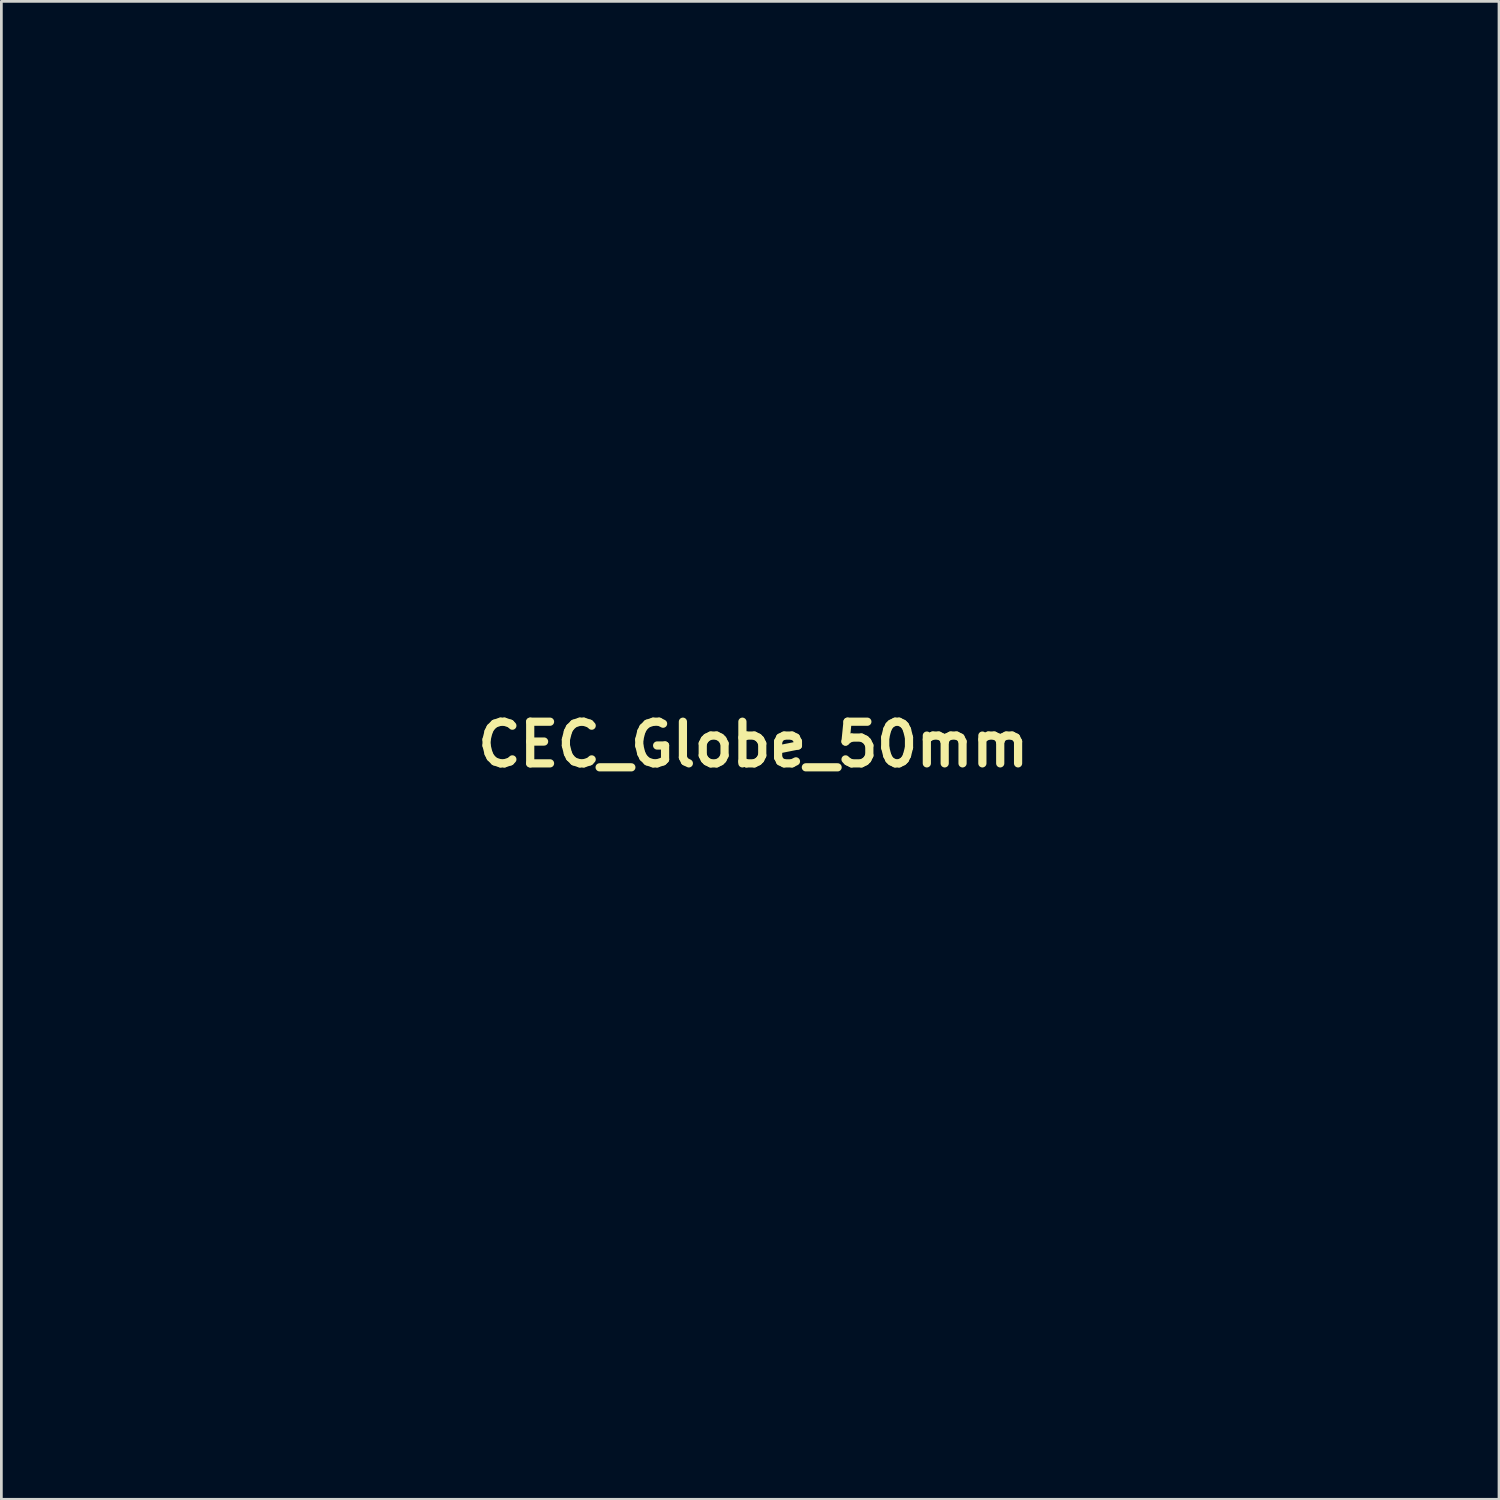
<source format=kicad_pcb>
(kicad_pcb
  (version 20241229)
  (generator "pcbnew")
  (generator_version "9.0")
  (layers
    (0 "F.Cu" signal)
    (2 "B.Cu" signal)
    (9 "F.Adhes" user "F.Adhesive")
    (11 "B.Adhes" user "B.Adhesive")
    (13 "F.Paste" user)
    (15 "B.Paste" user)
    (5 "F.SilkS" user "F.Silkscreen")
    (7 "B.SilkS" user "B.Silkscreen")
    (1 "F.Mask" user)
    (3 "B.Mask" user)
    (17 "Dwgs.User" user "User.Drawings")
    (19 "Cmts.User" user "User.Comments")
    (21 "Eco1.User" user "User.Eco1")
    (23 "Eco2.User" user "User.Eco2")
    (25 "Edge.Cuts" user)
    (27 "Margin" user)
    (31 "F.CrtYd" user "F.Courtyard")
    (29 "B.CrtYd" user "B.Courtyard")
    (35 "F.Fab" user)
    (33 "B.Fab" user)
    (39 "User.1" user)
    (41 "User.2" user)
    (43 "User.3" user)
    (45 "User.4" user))
  (footprint "CEC_Globe_50mm"
    (layer "F.Cu")
    (at 24.516 24.194)
    (property "Reference" "CEC_Globe_50mm" (at 0 0 0) (layer "F.SilkS") (effects (font (size 1.524 1.524) (thickness 0.3))))
    (attr through_hole)
    (fp_poly (pts (xy 1.627 -24.143) (xy 3.2 -24.014) (xy 4.714 -23.805) (xy 6.14 -23.515) (xy 7.41 -23.158) (xy 8.054 -22.924) (xy 8.804 -22.612) (xy 9.63 -22.24) (xy 10.496 -21.823) (xy 11.37 -21.379) (xy 12.219 -20.923) (xy 13.01 -20.473) (xy 13.709 -20.045) (xy 13.967 -19.877) (xy 14.515 -19.493) (xy 15.053 -19.08) (xy 15.608 -18.616) (xy 16.208 -18.076) (xy 16.881 -17.437) (xy 17.091 -17.233) (xy 18.049 -16.263) (xy 18.883 -15.34) (xy 19.617 -14.433) (xy 20.278 -13.507) (xy 20.888 -12.53) (xy 21.473 -11.47) (xy 21.606 -11.213) (xy 22.286 -9.81) (xy 22.85 -8.49) (xy 23.309 -7.223) (xy 23.673 -5.978) (xy 23.951 -4.726) (xy 24.133 -3.598) (xy 24.175 -3.177) (xy 24.212 -2.619) (xy 24.241 -1.959) (xy 24.263 -1.229) (xy 24.277 -0.462) (xy 24.282 0.308) (xy 24.279 1.047) (xy 24.266 1.724) (xy 24.243 2.305) (xy 24.22 2.643) (xy 24.005 4.461) (xy 23.67 6.185) (xy 23.205 7.85) (xy 22.602 9.493) (xy 21.94 10.964) (xy 20.962 12.782) (xy 19.859 14.49) (xy 18.634 16.083) (xy 17.293 17.557) (xy 15.842 18.909) (xy 14.285 20.135) (xy 12.628 21.23) (xy 10.876 22.191) (xy 9.034 23.014) (xy 7.107 23.694) (xy 5.102 24.227) (xy 4.28 24.399) (xy 4.021 24.446) (xy 3.767 24.484) (xy 3.497 24.516) (xy 3.19 24.54) (xy 2.825 24.559) (xy 2.381 24.574) (xy 1.837 24.586) (xy 1.173 24.595) (xy 0.367 24.603) (xy 0.085 24.606) (xy -0.766 24.612) (xy -1.468 24.615) (xy -2.043 24.614) (xy -2.511 24.609) (xy -2.893 24.598) (xy -3.211 24.581) (xy -3.485 24.558) (xy -3.736 24.527) (xy -3.985 24.488) (xy -4.106 24.466) (xy -5.752 24.128) (xy -7.284 23.715) (xy -8.747 23.213) (xy -10.187 22.607) (xy -11.007 22.214) (xy -12.426 21.452) (xy -13.741 20.632) (xy -14.988 19.727) (xy -16.201 18.713) (xy -16.3 18.62) (xy -13.885 18.62) (xy -13.814 18.749) (xy -13.614 18.944) (xy -13.304 19.192) (xy -12.907 19.478) (xy -12.441 19.789) (xy -11.927 20.112) (xy -11.385 20.432) (xy -10.836 20.737) (xy -10.447 20.938) (xy -9.888 21.208) (xy -9.303 21.471) (xy -8.713 21.721) (xy -8.136 21.949) (xy -7.594 22.15) (xy -7.106 22.315) (xy -6.692 22.438) (xy -6.372 22.512) (xy -6.167 22.529) (xy -6.096 22.484) (xy -6.158 22.421) (xy -6.332 22.271) (xy -6.594 22.05) (xy -6.924 21.778) (xy -7.218 21.539) (xy -7.669 21.171) (xy -8.198 20.732) (xy -8.756 20.264) (xy -9.295 19.809) (xy -9.625 19.526) (xy -10.575 18.709) (xy -9.059 18.709) (xy -8.998 18.818) (xy -8.828 19.014) (xy -8.573 19.279) (xy -8.254 19.591) (xy -7.894 19.931) (xy -7.514 20.278) (xy -7.136 20.612) (xy -6.784 20.914) (xy -6.479 21.162) (xy -6.244 21.336) (xy -6.099 21.417) (xy -6.081 21.421) (xy -6.054 21.342) (xy -6.05 21.3) (xy -4.403 21.3) (xy -4.354 21.458) (xy -4.226 21.698) (xy -4.046 21.971) (xy -4.029 21.995) (xy -3.822 22.286) (xy -3.639 22.562) (xy -3.52 22.763) (xy -3.52 22.764) (xy -3.306 23.04) (xy -2.986 23.226) (xy -2.542 23.331) (xy -2.093 23.361) (xy -1.788 23.352) (xy -1.618 23.309) (xy -1.554 23.239) (xy -1.563 23.149) (xy 2.109 23.149) (xy 2.158 23.233) (xy 2.287 23.273) (xy 2.484 23.283) (xy 2.752 23.262) (xy 3.107 23.204) (xy 3.476 23.124) (xy 3.491 23.12) (xy 4.053 22.943) (xy 4.636 22.69) (xy 5.259 22.351) (xy 5.728 22.05) (xy 7.284 22.05) (xy 7.34 22.087) (xy 7.544 22.047) (xy 7.899 21.936) (xy 8.185 21.839) (xy 8.734 21.627) (xy 9.382 21.341) (xy 10.088 21.002) (xy 10.812 20.631) (xy 11.511 20.249) (xy 12.146 19.877) (xy 12.611 19.579) (xy 13.072 19.26) (xy 13.399 19.014) (xy 13.606 18.83) (xy 13.705 18.696) (xy 13.708 18.599) (xy 13.685 18.567) (xy 13.579 18.539) (xy 13.338 18.512) (xy 12.999 18.488) (xy 12.597 18.472) (xy 12.585 18.472) (xy 11.553 18.444) (xy 11.157 18.726) (xy 10.956 18.881) (xy 10.661 19.122) (xy 10.306 19.422) (xy 9.922 19.755) (xy 9.713 19.939) (xy 9.294 20.307) (xy 8.854 20.687) (xy 8.437 21.041) (xy 8.085 21.333) (xy 7.977 21.421) (xy 7.606 21.723) (xy 7.374 21.931) (xy 7.284 22.05) (xy 5.728 22.05) (xy 5.94 21.914) (xy 6.696 21.371) (xy 7.535 20.716) (xy 7.964 20.359) (xy 8.381 19.99) (xy 8.764 19.631) (xy 9.094 19.3) (xy 9.352 19.018) (xy 9.516 18.805) (xy 9.567 18.688) (xy 9.492 18.583) (xy 9.303 18.51) (xy 9.119 18.491) (xy 8.807 18.476) (xy 8.401 18.466) (xy 7.935 18.461) (xy 7.444 18.46) (xy 6.964 18.463) (xy 6.528 18.471) (xy 6.172 18.484) (xy 5.931 18.501) (xy 5.857 18.512) (xy 5.725 18.605) (xy 5.509 18.827) (xy 5.22 19.168) (xy 4.867 19.618) (xy 4.764 19.753) (xy 4.418 20.205) (xy 4.052 20.67) (xy 3.7 21.104) (xy 3.397 21.467) (xy 3.268 21.615) (xy 2.828 22.115) (xy 2.498 22.504) (xy 2.272 22.798) (xy 2.145 23.008) (xy 2.109 23.149) (xy -1.563 23.149) (xy -1.569 23.096) (xy -1.665 22.886) (xy -1.723 22.794) (xy -1.894 22.572) (xy -2.136 22.287) (xy -2.427 21.965) (xy -2.739 21.632) (xy -3.049 21.313) (xy -3.33 21.036) (xy -3.558 20.827) (xy -3.709 20.711) (xy -3.736 20.698) (xy -3.918 20.718) (xy -4.122 20.845) (xy -4.298 21.035) (xy -4.396 21.241) (xy -4.403 21.3) (xy -6.05 21.3) (xy -6.032 21.126) (xy -6.017 20.808) (xy -6.012 20.426) (xy -6.02 19.808) (xy -6.054 19.339) (xy -6.13 18.997) (xy -6.248 18.791) (xy -3.641 18.791) (xy -3.584 19.002) (xy -3.422 19.316) (xy -3.169 19.717) (xy -2.837 20.186) (xy -2.44 20.705) (xy -1.991 21.257) (xy -1.502 21.823) (xy -0.988 22.387) (xy -0.961 22.416) (xy -0.68 22.692) (xy -0.478 22.83) (xy -0.342 22.831) (xy -0.254 22.698) (xy -0.21 22.498) (xy -0.195 22.301) (xy -0.184 21.967) (xy -0.178 21.531) (xy -0.178 21.027) (xy -0.181 20.741) (xy 0.515 20.741) (xy 0.518 21.243) (xy 0.527 21.736) (xy 0.542 22.19) (xy 0.562 22.573) (xy 0.587 22.853) (xy 0.615 23) (xy 0.619 23.008) (xy 0.698 23.098) (xy 0.801 23.093) (xy 0.938 23.026) (xy 1.08 22.912) (xy 1.307 22.685) (xy 1.601 22.366) (xy 1.945 21.977) (xy 2.32 21.539) (xy 2.709 21.074) (xy 3.094 20.603) (xy 3.458 20.147) (xy 3.781 19.729) (xy 4.048 19.369) (xy 4.24 19.089) (xy 4.33 18.931) (xy 4.382 18.795) (xy 4.387 18.691) (xy 4.327 18.614) (xy 4.184 18.561) (xy 3.941 18.528) (xy 3.579 18.509) (xy 3.081 18.501) (xy 2.529 18.5) (xy 1.916 18.499) (xy 1.451 18.506) (xy 1.112 18.53) (xy 0.878 18.582) (xy 0.728 18.673) (xy 0.641 18.815) (xy 0.594 19.017) (xy 0.566 19.291) (xy 0.549 19.501) (xy 0.53 19.839) (xy 0.519 20.263) (xy 0.515 20.741) (xy -0.181 20.741) (xy -0.183 20.486) (xy -0.184 20.469) (xy -0.195 19.888) (xy -0.208 19.452) (xy -0.226 19.139) (xy -0.25 18.923) (xy -0.283 18.782) (xy -0.328 18.692) (xy -0.363 18.651) (xy -0.442 18.592) (xy -0.563 18.549) (xy -0.753 18.518) (xy -1.038 18.497) (xy -1.444 18.48) (xy -1.867 18.47) (xy -2.459 18.459) (xy -2.903 18.459) (xy -3.22 18.473) (xy -3.431 18.506) (xy -3.558 18.561) (xy -3.62 18.642) (xy -3.64 18.752) (xy -3.641 18.791) (xy -6.248 18.791) (xy -6.264 18.762) (xy -6.472 18.612) (xy -6.77 18.526) (xy -7.174 18.485) (xy -7.512 18.471) (xy -8.085 18.461) (xy -8.507 18.472) (xy -8.797 18.506) (xy -8.972 18.566) (xy -9.051 18.655) (xy -9.059 18.709) (xy -10.575 18.709) (xy -10.911 18.42) (xy -11.954 18.441) (xy -12.592 18.46) (xy -13.118 18.488) (xy -13.518 18.523) (xy -13.777 18.565) (xy -13.884 18.613) (xy -13.885 18.62) (xy -16.3 18.62) (xy -17.418 17.562) (xy -17.488 17.492) (xy -18.148 16.817) (xy -18.711 16.212) (xy -19.208 15.636) (xy -19.672 15.053) (xy -20.135 14.421) (xy -20.629 13.703) (xy -20.651 13.671) (xy -21.675 12.013) (xy -22.536 10.328) (xy -22.586 10.206) (xy -20.913 10.206) (xy -20.859 10.472) (xy -20.705 10.847) (xy -20.464 11.314) (xy -20.147 11.856) (xy -19.767 12.454) (xy -19.334 13.09) (xy -18.861 13.748) (xy -18.361 14.408) (xy -17.844 15.054) (xy -17.324 15.668) (xy -16.97 16.062) (xy -16.479 16.583) (xy -16.064 16.986) (xy -15.692 17.287) (xy -15.334 17.501) (xy -14.958 17.642) (xy -14.533 17.725) (xy -14.027 17.765) (xy -13.411 17.777) (xy -13.362 17.777) (xy -12.902 17.773) (xy -12.488 17.759) (xy -12.156 17.737) (xy -11.944 17.709) (xy -11.903 17.698) (xy -11.749 17.601) (xy -11.741 17.468) (xy -11.742 17.465) (xy -11.808 17.352) (xy -11.96 17.128) (xy -12.179 16.817) (xy -12.45 16.445) (xy -12.747 16.044) (xy -13.375 15.185) (xy -13.919 14.397) (xy -14.409 13.627) (xy -14.88 12.826) (xy -15.355 11.957) (xy -15.68 11.35) (xy -15.941 10.878) (xy -16.15 10.523) (xy -16.316 10.267) (xy -16.4 10.158) (xy -15.236 10.158) (xy -15.171 10.42) (xy -15.023 10.793) (xy -14.8 11.26) (xy -14.51 11.809) (xy -14.16 12.424) (xy -13.758 13.092) (xy -13.311 13.797) (xy -13.086 14.139) (xy -12.542 14.934) (xy -12.019 15.651) (xy -11.526 16.28) (xy -11.074 16.81) (xy -10.672 17.23) (xy -10.328 17.528) (xy -10.054 17.694) (xy -9.969 17.72) (xy -9.776 17.74) (xy -9.456 17.754) (xy -9.052 17.763) (xy -8.606 17.767) (xy -8.16 17.764) (xy -7.757 17.757) (xy -7.439 17.743) (xy -7.263 17.726) (xy -7.057 17.672) (xy -6.932 17.565) (xy -2.704 17.565) (xy -2.555 17.67) (xy -2.247 17.734) (xy -1.779 17.759) (xy -1.42 17.757) (xy -0.992 17.741) (xy -0.701 17.716) (xy -0.512 17.675) (xy -0.394 17.614) (xy -0.362 17.585) (xy -0.313 17.521) (xy -0.275 17.424) (xy -0.247 17.271) (xy -0.225 17.042) (xy -0.209 16.715) (xy -0.197 16.269) (xy -0.186 15.681) (xy -0.183 15.485) (xy 0.514 15.485) (xy 0.522 16.206) (xy 0.544 16.768) (xy 0.582 17.177) (xy 0.637 17.437) (xy 0.671 17.516) (xy 0.752 17.594) (xy 0.9 17.655) (xy 1.133 17.701) (xy 1.468 17.734) (xy 1.924 17.755) (xy 2.52 17.767) (xy 2.987 17.771) (xy 3.62 17.771) (xy 4.105 17.763) (xy 4.466 17.746) (xy 4.724 17.717) (xy 4.902 17.677) (xy 4.953 17.658) (xy 5.087 17.586) (xy 5.192 17.499) (xy 6.517 17.499) (xy 6.531 17.593) (xy 6.576 17.65) (xy 6.648 17.684) (xy 6.731 17.705) (xy 6.935 17.729) (xy 7.27 17.748) (xy 7.7 17.76) (xy 8.192 17.767) (xy 8.712 17.768) (xy 9.225 17.762) (xy 9.698 17.752) (xy 10.096 17.735) (xy 10.385 17.713) (xy 10.513 17.693) (xy 10.802 17.548) (xy 10.812 17.541) (xy 12.32 17.541) (xy 12.34 17.628) (xy 12.464 17.692) (xy 12.658 17.732) (xy 12.974 17.758) (xy 13.367 17.771) (xy 13.791 17.771) (xy 14.201 17.757) (xy 14.55 17.731) (xy 14.792 17.692) (xy 14.825 17.682) (xy 15.074 17.562) (xy 15.381 17.359) (xy 15.72 17.098) (xy 16.065 16.804) (xy 16.391 16.498) (xy 16.671 16.206) (xy 16.88 15.951) (xy 16.992 15.757) (xy 17.002 15.683) (xy 16.958 15.606) (xy 16.839 15.554) (xy 16.612 15.518) (xy 16.306 15.494) (xy 15.637 15.452) (xy 15.497 14.859) (xy 15.37 14.386) (xy 15.248 14.075) (xy 15.119 13.92) (xy 14.974 13.913) (xy 14.803 14.049) (xy 14.624 14.279) (xy 14.483 14.478) (xy 14.263 14.781) (xy 13.987 15.157) (xy 13.679 15.573) (xy 13.438 15.898) (xy 13.134 16.31) (xy 12.858 16.692) (xy 12.629 17.015) (xy 12.468 17.254) (xy 12.397 17.369) (xy 12.32 17.541) (xy 10.812 17.541) (xy 11.165 17.257) (xy 11.599 16.822) (xy 12.099 16.248) (xy 12.662 15.538) (xy 13.285 14.697) (xy 13.377 14.569) (xy 13.827 13.915) (xy 14.165 13.367) (xy 14.395 12.91) (xy 14.522 12.526) (xy 14.551 12.201) (xy 14.485 11.919) (xy 14.331 11.664) (xy 14.271 11.593) (xy 14.131 11.425) (xy 14.033 11.261) (xy 13.962 11.057) (xy 13.906 10.773) (xy 13.849 10.366) (xy 13.843 10.321) (xy 13.794 9.931) (xy 12.337 9.89) (xy 11.612 9.873) (xy 11.036 9.87) (xy 10.591 9.884) (xy 10.258 9.916) (xy 10.018 9.968) (xy 9.851 10.043) (xy 9.739 10.141) (xy 9.725 10.16) (xy 9.634 10.321) (xy 9.503 10.602) (xy 9.351 10.961) (xy 9.199 11.345) (xy 9.041 11.742) (xy 8.829 12.245) (xy 8.581 12.81) (xy 8.319 13.39) (xy 8.088 13.885) (xy 7.686 14.736) (xy 7.351 15.447) (xy 7.08 16.031) (xy 6.868 16.501) (xy 6.71 16.87) (xy 6.602 17.151) (xy 6.539 17.356) (xy 6.517 17.499) (xy 5.192 17.499) (xy 5.222 17.474) (xy 5.367 17.307) (xy 5.533 17.069) (xy 5.727 16.747) (xy 5.96 16.325) (xy 6.24 15.788) (xy 6.576 15.121) (xy 6.812 14.647) (xy 7.305 13.634) (xy 7.711 12.758) (xy 8.033 12.015) (xy 8.274 11.398) (xy 8.435 10.9) (xy 8.52 10.515) (xy 8.528 10.45) (xy 8.574 10.003) (xy 8.245 9.933) (xy 8.057 9.911) (xy 7.734 9.894) (xy 7.3 9.88) (xy 6.779 9.87) (xy 6.195 9.864) (xy 5.573 9.862) (xy 4.936 9.863) (xy 4.308 9.868) (xy 3.714 9.876) (xy 3.177 9.888) (xy 2.721 9.903) (xy 2.37 9.921) (xy 2.149 9.942) (xy 2.085 9.957) (xy 1.979 10.089) (xy 1.849 10.358) (xy 1.708 10.736) (xy 1.681 10.819) (xy 1.531 11.231) (xy 1.353 11.626) (xy 1.179 11.939) (xy 1.141 11.995) (xy 0.952 12.258) (xy 0.78 12.498) (xy 0.699 12.611) (xy 0.648 12.702) (xy 0.609 12.83) (xy 0.58 13.017) (xy 0.558 13.289) (xy 0.542 13.667) (xy 0.53 14.175) (xy 0.522 14.601) (xy 0.514 15.485) (xy -0.183 15.485) (xy -0.183 15.469) (xy -0.176 14.71) (xy -0.18 14.106) (xy -0.197 13.642) (xy -0.228 13.305) (xy -0.275 13.081) (xy -0.338 12.954) (xy -0.419 12.912) (xy -0.426 12.912) (xy -0.523 12.988) (xy -0.62 13.184) (xy -0.701 13.453) (xy -0.749 13.747) (xy -0.755 13.849) (xy -0.824 14.341) (xy -1.015 14.815) (xy -1.343 15.303) (xy -1.561 15.56) (xy -1.853 15.889) (xy -2.051 16.131) (xy -2.177 16.321) (xy -2.253 16.495) (xy -2.303 16.69) (xy -2.319 16.774) (xy -2.402 17.024) (xy -2.53 17.22) (xy -2.542 17.231) (xy -2.699 17.42) (xy -2.704 17.565) (xy -6.932 17.565) (xy -6.929 17.563) (xy -6.824 17.348) (xy -6.809 17.309) (xy -6.73 17.016) (xy -6.676 16.652) (xy -6.661 16.409) (xy -6.662 16.207) (xy -6.681 16.023) (xy -6.726 15.826) (xy -6.808 15.587) (xy -6.936 15.277) (xy -7.12 14.866) (xy -7.299 14.478) (xy -7.697 13.604) (xy -8.051 12.795) (xy -8.355 12.07) (xy -8.6 11.448) (xy -8.779 10.948) (xy -8.843 10.742) (xy -8.957 10.416) (xy -8.028 10.416) (xy -8.014 10.598) (xy -7.922 10.899) (xy -7.779 11.277) (xy -7.562 11.826) (xy -7.341 12.376) (xy -7.124 12.9) (xy -6.923 13.375) (xy -6.748 13.777) (xy -6.61 14.079) (xy -6.519 14.259) (xy -6.498 14.29) (xy -6.368 14.374) (xy -6.257 14.293) (xy -6.169 14.054) (xy -6.161 14.017) (xy -6.143 13.741) (xy -6.167 13.345) (xy -6.229 12.872) (xy -6.321 12.365) (xy -6.437 11.866) (xy -6.517 11.584) (xy -6.746 11.055) (xy -7.06 10.67) (xy -7.459 10.43) (xy -7.547 10.4) (xy -7.799 10.336) (xy -7.958 10.335) (xy -8.028 10.416) (xy -8.957 10.416) (xy -8.965 10.394) (xy -9.116 10.164) (xy -9.335 10.022) (xy -9.661 9.937) (xy -9.923 9.9) (xy -10.287 9.87) (xy -10.749 9.849) (xy -11.284 9.837) (xy -11.867 9.833) (xy -12.473 9.838) (xy -13.076 9.849) (xy -13.651 9.867) (xy -14.172 9.892) (xy -14.614 9.922) (xy -14.953 9.956) (xy -15.161 9.996) (xy -15.212 10.02) (xy -15.236 10.158) (xy -16.4 10.158) (xy -16.45 10.092) (xy -16.553 9.99) (xy -16.633 9.948) (xy -16.77 9.916) (xy -16.986 9.893) (xy -17.3 9.877) (xy -17.735 9.869) (xy -18.31 9.865) (xy -18.575 9.864) (xy -19.268 9.866) (xy -19.81 9.873) (xy -20.219 9.888) (xy -20.514 9.915) (xy -20.712 9.955) (xy -20.832 10.011) (xy -20.893 10.086) (xy -20.912 10.182) (xy -20.913 10.206) (xy -22.586 10.206) (xy -23.24 8.603) (xy -23.791 6.821) (xy -24.196 4.969) (xy -24.356 3.937) (xy -24.417 3.343) (xy -24.463 2.617) (xy -24.494 1.795) (xy -24.498 1.592) (xy -23.231 1.592) (xy -23.209 2.106) (xy -23.147 2.726) (xy -23.049 3.425) (xy -22.922 4.176) (xy -22.77 4.951) (xy -22.598 5.722) (xy -22.414 6.463) (xy -22.22 7.146) (xy -22.024 7.743) (xy -21.83 8.227) (xy -21.827 8.234) (xy -21.67 8.546) (xy -21.515 8.749) (xy -21.317 8.876) (xy -21.031 8.956) (xy -20.701 9.009) (xy -20.448 9.029) (xy -20.085 9.04) (xy -19.645 9.041) (xy -19.162 9.034) (xy -18.668 9.02) (xy -18.196 9) (xy -17.779 8.975) (xy -17.452 8.946) (xy -17.245 8.914) (xy -17.2 8.899) (xy -17.121 8.849) (xy -17.069 8.784) (xy -17.046 8.682) (xy -17.054 8.523) (xy -17.097 8.284) (xy -17.177 7.944) (xy -17.297 7.482) (xy -17.442 6.943) (xy -17.848 5.255) (xy -18.175 3.524) (xy -18.324 2.512) (xy -18.407 1.916) (xy -18.484 1.466) (xy -18.508 1.366) (xy -17.683 1.366) (xy -17.663 1.693) (xy -17.581 2.479) (xy -17.436 3.385) (xy -17.235 4.379) (xy -16.986 5.429) (xy -16.695 6.5) (xy -16.383 7.525) (xy -16.198 8.045) (xy -16.017 8.423) (xy -15.82 8.684) (xy -15.588 8.854) (xy -15.299 8.958) (xy -15.233 8.973) (xy -15.055 8.993) (xy -14.74 9.007) (xy -14.316 9.017) (xy -13.808 9.023) (xy -13.242 9.025) (xy -12.644 9.023) (xy -12.042 9.017) (xy -11.46 9.008) (xy -10.925 8.996) (xy -10.464 8.981) (xy -10.102 8.963) (xy -9.865 8.943) (xy -9.789 8.928) (xy -9.705 8.874) (xy -9.664 8.774) (xy -9.66 8.584) (xy -9.682 8.304) (xy -9.721 7.972) (xy -9.786 7.537) (xy -9.87 7.023) (xy -9.97 6.455) (xy -10.08 5.858) (xy -10.195 5.257) (xy -10.311 4.675) (xy -10.341 4.532) (xy -9.559 4.532) (xy -9.497 4.893) (xy -9.398 5.149) (xy -9.285 5.371) (xy -9.182 5.473) (xy -9.036 5.494) (xy -8.955 5.488) (xy -8.775 5.447) (xy -8.643 5.341) (xy -8.513 5.126) (xy -8.481 5.063) (xy -8.351 4.723) (xy -8.354 4.471) (xy -8.495 4.287) (xy -8.684 4.183) (xy -9.053 4.082) (xy -9.328 4.114) (xy -9.5 4.269) (xy -9.559 4.532) (xy -10.341 4.532) (xy -10.423 4.139) (xy -10.527 3.672) (xy -10.616 3.3) (xy -10.687 3.047) (xy -10.732 2.939) (xy -10.897 2.826) (xy -11.148 2.722) (xy -11.243 2.694) (xy -11.597 2.544) (xy -11.988 2.273) (xy -12.078 2.197) (xy -12.424 1.928) (xy -12.766 1.753) (xy -13.106 1.645) (xy -13.721 1.45) (xy -14.35 1.18) (xy -14.926 0.879) (xy -9.872 0.879) (xy -9.861 1.004) (xy -9.796 1.239) (xy -9.69 1.54) (xy -9.655 1.629) (xy -9.533 1.959) (xy -9.443 2.253) (xy -9.4 2.458) (xy -9.398 2.485) (xy -9.367 2.735) (xy -9.315 2.915) (xy -9.244 3.049) (xy -9.126 3.113) (xy -8.908 3.132) (xy -8.829 3.132) (xy -8.309 3.088) (xy -7.895 2.945) (xy -7.546 2.689) (xy -7.48 2.622) (xy -7.259 2.406) (xy -7.086 2.31) (xy -6.903 2.322) (xy -6.652 2.431) (xy -6.613 2.451) (xy -6.406 2.539) (xy -6.08 2.656) (xy -5.679 2.788) (xy -5.249 2.92) (xy -5.24 2.922) (xy -4.448 3.183) (xy -3.65 3.501) (xy -2.897 3.852) (xy -2.239 4.215) (xy -1.975 4.384) (xy -1.646 4.616) (xy -1.432 4.8) (xy -1.3 4.974) (xy -1.221 5.177) (xy -1.175 5.389) (xy -1.09 5.722) (xy -0.973 5.916) (xy -0.8 6.001) (xy -0.67 6.011) (xy -0.433 5.946) (xy -0.328 5.821) (xy -0.295 5.679) (xy -0.265 5.397) (xy -0.237 5.003) (xy -0.213 4.526) (xy -0.194 3.995) (xy -0.184 3.637) (xy 0.55 3.637) (xy 0.55 6.046) (xy 1.038 6.439) (xy 1.513 6.791) (xy 1.919 7.021) (xy 2.286 7.147) (xy 2.306 7.151) (xy 2.521 7.257) (xy 2.683 7.421) (xy 2.757 7.55) (xy 2.785 7.676) (xy 2.766 7.849) (xy 2.701 8.123) (xy 2.682 8.196) (xy 2.604 8.536) (xy 2.6 8.751) (xy 2.693 8.876) (xy 2.904 8.948) (xy 3.156 8.988) (xy 3.356 9.002) (xy 3.696 9.012) (xy 4.148 9.017) (xy 4.685 9.018) (xy 5.279 9.016) (xy 5.904 9.01) (xy 6.531 9.002) (xy 7.133 8.99) (xy 7.684 8.977) (xy 8.156 8.961) (xy 8.52 8.944) (xy 8.751 8.926) (xy 8.79 8.92) (xy 8.907 8.895) (xy 9 8.851) (xy 9.08 8.769) (xy 9.156 8.625) (xy 9.16 8.613) (xy 10.16 8.613) (xy 10.181 8.803) (xy 10.281 8.892) (xy 10.435 8.928) (xy 10.723 8.971) (xy 10.998 9.002) (xy 11.296 9.02) (xy 11.654 9.029) (xy 12.109 9.03) (xy 12.682 9.024) (xy 13.213 9.014) (xy 13.6 8.999) (xy 13.869 8.978) (xy 14.045 8.946) (xy 14.154 8.902) (xy 14.201 8.865) (xy 14.277 8.771) (xy 14.298 8.663) (xy 14.263 8.488) (xy 14.198 8.271) (xy 14.117 7.982) (xy 14.065 7.733) (xy 14.055 7.628) (xy 14.022 7.421) (xy 21.082 7.421) (xy 21.113 7.635) (xy 21.189 7.875) (xy 21.288 8.083) (xy 21.385 8.202) (xy 21.414 8.213) (xy 21.521 8.149) (xy 21.625 8.022) (xy 21.729 7.813) (xy 21.854 7.488) (xy 21.985 7.1) (xy 22.104 6.699) (xy 22.196 6.335) (xy 22.24 6.096) (xy 22.29 5.715) (xy 22.018 5.969) (xy 21.789 6.215) (xy 21.555 6.519) (xy 21.342 6.84) (xy 21.178 7.134) (xy 21.09 7.361) (xy 21.082 7.421) (xy 14.022 7.421) (xy 14.02 7.41) (xy 13.903 7.173) (xy 13.684 6.886) (xy 13.493 6.671) (xy 13.283 6.428) (xy 13.171 6.237) (xy 13.128 6.04) (xy 13.123 5.904) (xy 13.184 5.524) (xy 13.339 5.245) (xy 13.554 4.953) (xy 13.032 4.893) (xy 12.536 4.786) (xy 12.183 4.608) (xy 11.934 4.463) (xy 11.723 4.42) (xy 11.57 4.437) (xy 11.265 4.555) (xy 11 4.761) (xy 10.83 5.009) (xy 10.804 5.094) (xy 10.611 6.058) (xy 10.452 6.876) (xy 10.326 7.543) (xy 10.235 8.058) (xy 10.179 8.414) (xy 10.16 8.609) (xy 10.16 8.613) (xy 9.16 8.613) (xy 9.236 8.4) (xy 9.332 8.071) (xy 9.451 7.618) (xy 9.577 7.126) (xy 9.749 6.399) (xy 9.857 5.82) (xy 9.902 5.379) (xy 9.884 5.069) (xy 9.805 4.881) (xy 9.742 4.829) (xy 9.537 4.765) (xy 9.316 4.741) (xy 9.047 4.706) (xy 8.781 4.625) (xy 8.57 4.493) (xy 8.293 4.261) (xy 7.973 3.953) (xy 7.63 3.595) (xy 7.289 3.212) (xy 6.97 2.829) (xy 6.695 2.472) (xy 6.624 2.366) (xy 22.183 2.366) (xy 22.25 2.476) (xy 22.394 2.553) (xy 22.53 2.557) (xy 22.552 2.542) (xy 22.584 2.416) (xy 22.568 2.378) (xy 22.46 2.306) (xy 22.309 2.289) (xy 22.198 2.329) (xy 22.183 2.366) (xy 6.624 2.366) (xy 6.488 2.165) (xy 6.369 1.935) (xy 6.35 1.848) (xy 6.409 1.694) (xy 6.557 1.494) (xy 6.646 1.402) (xy 6.863 1.161) (xy 6.933 0.971) (xy 6.914 0.926) (xy 21.039 0.926) (xy 21.108 1.115) (xy 21.267 1.366) (xy 21.349 1.471) (xy 21.546 1.687) (xy 21.68 1.77) (xy 21.775 1.731) (xy 21.8 1.696) (xy 21.8 1.555) (xy 21.709 1.347) (xy 21.554 1.124) (xy 21.37 0.94) (xy 21.171 0.818) (xy 21.06 0.82) (xy 21.039 0.926) (xy 6.914 0.926) (xy 6.862 0.808) (xy 6.803 0.751) (xy 6.732 0.718) (xy 6.598 0.691) (xy 6.384 0.671) (xy 6.076 0.656) (xy 5.655 0.645) (xy 5.108 0.639) (xy 4.417 0.635) (xy 3.903 0.635) (xy 3.225 0.637) (xy 2.594 0.642) (xy 2.031 0.651) (xy 1.558 0.662) (xy 1.198 0.676) (xy 0.972 0.691) (xy 0.911 0.7) (xy 0.693 0.839) (xy 0.615 0.996) (xy 0.598 1.139) (xy 0.583 1.427) (xy 0.57 1.837) (xy 0.56 2.343) (xy 0.553 2.923) (xy 0.55 3.552) (xy 0.55 3.637) (xy -0.184 3.637) (xy -0.179 3.439) (xy -0.171 2.886) (xy -0.169 2.366) (xy -0.175 1.907) (xy -0.189 1.539) (xy -0.207 1.324) (xy -0.263 1.015) (xy -0.346 0.831) (xy -0.451 0.741) (xy -0.569 0.705) (xy -0.792 0.677) (xy -1.134 0.657) (xy -1.609 0.644) (xy -2.229 0.637) (xy -2.809 0.635) (xy -3.472 0.635) (xy -3.987 0.638) (xy -4.375 0.644) (xy -4.659 0.655) (xy -4.859 0.674) (xy -4.997 0.702) (xy -5.095 0.74) (xy -5.174 0.79) (xy -5.222 0.828) (xy -5.616 1.084) (xy -6.063 1.245) (xy -6.614 1.329) (xy -6.649 1.331) (xy -6.967 1.352) (xy -7.173 1.343) (xy -7.323 1.29) (xy -7.475 1.178) (xy -7.592 1.073) (xy -7.832 0.879) (xy -8.065 0.727) (xy -8.161 0.681) (xy -8.439 0.617) (xy -8.779 0.598) (xy -9.137 0.619) (xy -9.468 0.673) (xy -9.725 0.757) (xy -9.865 0.865) (xy -9.872 0.879) (xy -14.926 0.879) (xy -14.944 0.87) (xy -15.133 0.771) (xy -15.303 0.704) (xy -15.496 0.664) (xy -15.751 0.643) (xy -16.108 0.636) (xy -16.411 0.635) (xy -16.91 0.639) (xy -17.263 0.664) (xy -17.493 0.729) (xy -17.624 0.855) (xy -17.68 1.061) (xy -17.683 1.366) (xy -18.508 1.366) (xy -18.561 1.142) (xy -18.642 0.922) (xy -18.733 0.783) (xy -18.767 0.751) (xy -18.853 0.711) (xy -19.014 0.681) (xy -19.268 0.659) (xy -19.635 0.645) (xy -20.134 0.637) (xy -20.778 0.635) (xy -21.47 0.637) (xy -22.011 0.648) (xy -22.423 0.671) (xy -22.722 0.711) (xy -22.93 0.773) (xy -23.064 0.861) (xy -23.145 0.98) (xy -23.192 1.134) (xy -23.206 1.212) (xy -23.231 1.592) (xy -24.498 1.592) (xy -24.51 0.914) (xy -24.511 0.012) (xy -24.497 -0.876) (xy -24.489 -1.092) (xy -23.277 -1.092) (xy -23.275 -0.72) (xy -23.252 -0.563) (xy -23.166 -0.379) (xy -22.997 -0.247) (xy -22.721 -0.155) (xy -22.31 -0.092) (xy -22.14 -0.076) (xy -21.786 -0.056) (xy -21.328 -0.048) (xy -20.812 -0.049) (xy -20.28 -0.059) (xy -19.777 -0.077) (xy -19.346 -0.102) (xy -19.032 -0.134) (xy -18.984 -0.141) (xy -18.758 -0.226) (xy -18.616 -0.359) (xy -18.578 -0.502) (xy -18.539 -0.765) (xy -17.78 -0.765) (xy -17.77 -0.562) (xy -17.74 -0.43) (xy -17.686 -0.336) (xy -17.614 -0.257) (xy -17.519 -0.174) (xy -17.412 -0.121) (xy -17.256 -0.093) (xy -17.015 -0.085) (xy -16.654 -0.093) (xy -16.493 -0.098) (xy -16.071 -0.117) (xy -15.786 -0.142) (xy -15.606 -0.179) (xy -15.498 -0.234) (xy -15.447 -0.288) (xy -15.432 -0.325) (xy -12.922 -0.325) (xy -12.902 -0.191) (xy -12.814 -0.145) (xy -12.591 -0.113) (xy -12.27 -0.097) (xy -11.905 -0.097) (xy -11.547 -0.111) (xy -11.25 -0.138) (xy -11.066 -0.177) (xy -11.06 -0.18) (xy -10.925 -0.265) (xy -10.836 -0.396) (xy -10.783 -0.604) (xy -10.759 -0.923) (xy -10.754 -1.244) (xy -10.052 -1.244) (xy -10.044 -0.895) (xy -9.999 -0.576) (xy -9.913 -0.329) (xy -9.856 -0.246) (xy -9.666 -0.125) (xy -9.428 -0.084) (xy -9.198 -0.118) (xy -9.034 -0.223) (xy -8.989 -0.322) (xy -9.005 -0.525) (xy -9.056 -0.631) (xy -9.12 -0.773) (xy -9.188 -1.021) (xy -9.202 -1.093) (xy -8.248 -1.093) (xy -8.221 -0.721) (xy -8.151 -0.445) (xy -8.07 -0.326) (xy -7.985 -0.271) (xy -7.866 -0.225) (xy -7.697 -0.189) (xy -7.463 -0.16) (xy -7.149 -0.139) (xy -6.74 -0.124) (xy -6.221 -0.115) (xy -5.577 -0.11) (xy -4.793 -0.11) (xy -3.919 -0.113) (xy -3.066 -0.117) (xy -2.366 -0.121) (xy -1.804 -0.128) (xy -1.362 -0.136) (xy -1.027 -0.147) (xy -0.78 -0.162) (xy -0.607 -0.182) (xy -0.491 -0.207) (xy -0.416 -0.237) (xy -0.366 -0.275) (xy -0.363 -0.278) (xy -0.327 -0.324) (xy -0.297 -0.391) (xy -0.273 -0.497) (xy -0.253 -0.654) (xy -0.239 -0.88) (xy -0.228 -1.189) (xy -0.22 -1.595) (xy -0.216 -2.116) (xy -0.213 -2.764) (xy -0.213 -2.87) (xy 0.517 -2.87) (xy 0.52 -2.297) (xy 0.525 -1.802) (xy 0.535 -1.409) (xy 0.549 -1.14) (xy 0.549 -1.128) (xy 0.589 -0.787) (xy 0.641 -0.499) (xy 0.698 -0.317) (xy 0.711 -0.294) (xy 0.783 -0.234) (xy 0.917 -0.188) (xy 1.139 -0.15) (xy 1.475 -0.118) (xy 1.95 -0.087) (xy 2.038 -0.082) (xy 2.482 -0.063) (xy 3.002 -0.05) (xy 3.57 -0.044) (xy 4.159 -0.043) (xy 4.739 -0.047) (xy 5.285 -0.057) (xy 5.767 -0.071) (xy 6.159 -0.09) (xy 6.433 -0.113) (xy 6.552 -0.135) (xy 6.682 -0.247) (xy 6.801 -0.443) (xy 6.806 -0.455) (xy 6.905 -0.619) (xy 7.095 -0.871) (xy 7.348 -1.177) (xy 7.637 -1.502) (xy 7.641 -1.506) (xy 7.86 -1.753) (xy 19.558 -1.753) (xy 19.598 -1.6) (xy 19.705 -1.36) (xy 19.854 -1.074) (xy 20.023 -0.781) (xy 20.189 -0.52) (xy 20.33 -0.332) (xy 20.422 -0.255) (xy 20.425 -0.255) (xy 20.431 -0.325) (xy 20.382 -0.506) (xy 20.32 -0.677) (xy 20.175 -1.007) (xy 20.014 -1.312) (xy 19.856 -1.566) (xy 19.716 -1.746) (xy 19.612 -1.828) (xy 19.561 -1.788) (xy 19.558 -1.753) (xy 7.86 -1.753) (xy 8.048 -1.966) (xy 8.339 -2.337) (xy 8.524 -2.641) (xy 8.618 -2.896) (xy 8.636 -3.058) (xy 8.708 -3.247) (xy 8.919 -3.511) (xy 9.104 -3.696) (xy 9.571 -4.138) (xy 9.222 -4.418) (xy 8.917 -4.694) (xy 8.742 -4.951) (xy 8.712 -5.085) (xy 11.093 -5.085) (xy 11.131 -4.851) (xy 11.254 -4.683) (xy 11.483 -4.572) (xy 11.836 -4.51) (xy 12.333 -4.488) (xy 12.433 -4.487) (xy 12.852 -4.478) (xy 13.148 -4.435) (xy 13.366 -4.339) (xy 13.552 -4.169) (xy 13.751 -3.905) (xy 13.758 -3.896) (xy 13.985 -3.636) (xy 14.273 -3.393) (xy 14.387 -3.318) (xy 14.553 -3.226) (xy 14.706 -3.163) (xy 14.883 -3.123) (xy 15.12 -3.101) (xy 15.453 -3.092) (xy 15.917 -3.09) (xy 16.489 -3.082) (xy 16.907 -3.056) (xy 17.165 -3.013) (xy 17.23 -2.987) (xy 17.5 -2.892) (xy 17.769 -2.909) (xy 17.966 -3.027) (xy 18.127 -3.325) (xy 18.131 -3.642) (xy 18.061 -3.796) (xy 18.896 -3.796) (xy 18.914 -3.521) (xy 18.968 -3.381) (xy 19.108 -3.237) (xy 19.274 -3.255) (xy 19.426 -3.406) (xy 19.533 -3.645) (xy 19.561 -3.904) (xy 19.517 -4.134) (xy 19.406 -4.285) (xy 19.3 -4.318) (xy 19.106 -4.243) (xy 18.966 -4.053) (xy 18.896 -3.796) (xy 18.061 -3.796) (xy 17.985 -3.961) (xy 17.696 -4.264) (xy 17.314 -4.513) (xy 17.13 -4.597) (xy 16.938 -4.648) (xy 16.691 -4.671) (xy 16.343 -4.672) (xy 16.129 -4.666) (xy 15.535 -4.648) (xy 15.09 -4.635) (xy 14.771 -4.629) (xy 14.557 -4.632) (xy 14.428 -4.646) (xy 14.361 -4.673) (xy 14.335 -4.715) (xy 14.33 -4.774) (xy 14.326 -4.83) (xy 14.376 -5.079) (xy 14.474 -5.203) (xy 14.603 -5.355) (xy 14.647 -5.466) (xy 14.576 -5.546) (xy 14.384 -5.676) (xy 14.108 -5.837) (xy 13.782 -6.013) (xy 13.441 -6.183) (xy 13.12 -6.33) (xy 12.854 -6.435) (xy 12.721 -6.474) (xy 12.519 -6.493) (xy 12.361 -6.424) (xy 12.213 -6.284) (xy 12.014 -6.055) (xy 11.839 -5.828) (xy 11.824 -5.806) (xy 11.637 -5.611) (xy 11.396 -5.448) (xy 11.38 -5.44) (xy 11.173 -5.307) (xy 11.096 -5.146) (xy 11.093 -5.085) (xy 8.712 -5.085) (xy 8.676 -5.244) (xy 8.7 -5.625) (xy 8.722 -5.763) (xy 8.834 -6.235) (xy 8.99 -6.552) (xy 9.199 -6.728) (xy 9.425 -6.775) (xy 9.709 -6.804) (xy 9.857 -6.911) (xy 9.9 -7.125) (xy 9.888 -7.299) (xy 9.808 -7.721) (xy 9.671 -8.004) (xy 9.46 -8.174) (xy 9.271 -8.236) (xy 9.118 -8.25) (xy 8.82 -8.262) (xy 8.398 -8.27) (xy 7.872 -8.276) (xy 7.263 -8.28) (xy 6.591 -8.281) (xy 5.875 -8.279) (xy 5.138 -8.276) (xy 4.398 -8.27) (xy 3.676 -8.263) (xy 2.993 -8.254) (xy 2.368 -8.243) (xy 1.823 -8.231) (xy 1.377 -8.217) (xy 1.051 -8.202) (xy 0.864 -8.186) (xy 0.832 -8.179) (xy 0.673 -8.048) (xy 0.625 -7.973) (xy 0.607 -7.853) (xy 0.59 -7.585) (xy 0.574 -7.194) (xy 0.56 -6.701) (xy 0.547 -6.128) (xy 0.536 -5.499) (xy 0.528 -4.837) (xy 0.521 -4.162) (xy 0.518 -3.499) (xy 0.517 -2.87) (xy -0.213 -2.87) (xy -0.212 -3.557) (xy -0.212 -4.191) (xy -0.212 -5.091) (xy -0.214 -5.836) (xy -0.217 -6.443) (xy -0.222 -6.926) (xy -0.231 -7.3) (xy -0.243 -7.581) (xy -0.259 -7.784) (xy -0.28 -7.923) (xy -0.306 -8.015) (xy -0.337 -8.074) (xy -0.363 -8.104) (xy -0.451 -8.168) (xy -0.588 -8.213) (xy -0.801 -8.245) (xy -1.122 -8.267) (xy -1.579 -8.283) (xy -1.646 -8.284) (xy -2.107 -8.294) (xy -2.43 -8.295) (xy -2.646 -8.281) (xy -2.787 -8.251) (xy -2.884 -8.2) (xy -2.955 -8.136) (xy -3.087 -7.937) (xy -3.133 -7.753) (xy -3.191 -7.516) (xy -3.377 -7.355) (xy -3.706 -7.257) (xy -3.785 -7.245) (xy -4.12 -7.185) (xy -4.493 -7.101) (xy -4.637 -7.062) (xy -4.907 -6.974) (xy -5.066 -6.871) (xy -5.171 -6.71) (xy -5.22 -6.597) (xy -5.349 -6.357) (xy -5.545 -6.177) (xy -5.779 -6.042) (xy -6.077 -5.862) (xy -6.406 -5.621) (xy -6.624 -5.434) (xy -6.847 -5.219) (xy -6.969 -5.065) (xy -7.015 -4.922) (xy -7.01 -4.739) (xy -7.002 -4.659) (xy -6.988 -4.405) (xy -7.025 -4.195) (xy -7.132 -3.98) (xy -7.33 -3.713) (xy -7.46 -3.556) (xy -7.679 -3.26) (xy -7.878 -2.934) (xy -7.956 -2.778) (xy -8.085 -2.404) (xy -8.179 -1.972) (xy -8.234 -1.523) (xy -8.248 -1.093) (xy -9.202 -1.093) (xy -9.231 -1.239) (xy -9.323 -1.617) (xy -9.458 -1.918) (xy -9.615 -2.108) (xy -9.745 -2.159) (xy -9.868 -2.082) (xy -9.961 -1.877) (xy -10.023 -1.585) (xy -10.052 -1.244) (xy -10.754 -1.244) (xy -10.754 -1.281) (xy -10.753 -1.926) (xy -11.017 -1.979) (xy -11.31 -2.019) (xy -11.638 -2.034) (xy -11.954 -2.027) (xy -12.213 -2) (xy -12.371 -1.954) (xy -12.397 -1.926) (xy -12.434 -1.808) (xy -12.509 -1.574) (xy -12.609 -1.269) (xy -12.717 -0.939) (xy -12.82 -0.628) (xy -12.903 -0.382) (xy -12.922 -0.325) (xy -15.432 -0.325) (xy -15.393 -0.419) (xy -15.406 -0.594) (xy -15.496 -0.835) (xy -15.67 -1.163) (xy -15.936 -1.6) (xy -15.993 -1.689) (xy -16.205 -2.029) (xy -16.405 -2.364) (xy -16.556 -2.633) (xy -16.584 -2.686) (xy -16.763 -2.947) (xy -16.991 -3.151) (xy -17.222 -3.268) (xy -17.401 -3.27) (xy -17.514 -3.152) (xy -17.605 -2.889) (xy -17.677 -2.472) (xy -17.731 -1.898) (xy -17.753 -1.515) (xy -17.773 -1.072) (xy -17.78 -0.765) (xy -18.539 -0.765) (xy -18.537 -0.779) (xy -18.496 -1.155) (xy -18.461 -1.593) (xy -18.449 -1.768) (xy -18.416 -2.264) (xy -18.377 -2.753) (xy -18.336 -3.183) (xy -18.299 -3.505) (xy -18.292 -3.556) (xy -18.234 -4.017) (xy -18.181 -4.571) (xy -18.135 -5.178) (xy -18.099 -5.797) (xy -18.074 -6.388) (xy -18.064 -6.91) (xy -18.07 -7.325) (xy -18.079 -7.477) (xy -18.113 -7.814) (xy -18.153 -8.021) (xy -18.212 -8.137) (xy -18.304 -8.201) (xy -18.345 -8.218) (xy -18.527 -8.253) (xy -18.837 -8.278) (xy -19.238 -8.293) (xy -19.693 -8.298) (xy -20.165 -8.294) (xy -20.618 -8.281) (xy -21.016 -8.259) (xy -21.321 -8.23) (xy -21.497 -8.192) (xy -21.505 -8.188) (xy -21.613 -8.106) (xy -21.716 -7.955) (xy -21.83 -7.708) (xy -21.968 -7.338) (xy -22.036 -7.139) (xy -22.233 -6.514) (xy -22.426 -5.822) (xy -22.609 -5.086) (xy -22.779 -4.33) (xy -22.932 -3.578) (xy -23.063 -2.855) (xy -23.166 -2.183) (xy -23.239 -1.587) (xy -23.277 -1.092) (xy -24.489 -1.092) (xy -24.468 -1.714) (xy -24.423 -2.463) (xy -24.364 -3.088) (xy -24.356 -3.152) (xy -24.09 -4.839) (xy -23.741 -6.41) (xy -23.295 -7.897) (xy -22.741 -9.332) (xy -22.738 -9.338) (xy -21.069 -9.338) (xy -21.068 -9.304) (xy -21.025 -9.181) (xy -20.922 -9.093) (xy -20.738 -9.037) (xy -20.448 -9.007) (xy -20.032 -9) (xy -19.558 -9.008) (xy -18.97 -9.034) (xy -18.536 -9.08) (xy -18.24 -9.148) (xy -18.182 -9.17) (xy -17.971 -9.282) (xy -17.88 -9.411) (xy -17.865 -9.552) (xy -17.918 -9.805) (xy -18.022 -10) (xy -18.191 -10.23) (xy -18.31 -10.437) (xy -18.386 -10.658) (xy -18.426 -10.927) (xy -18.436 -11.279) (xy -18.424 -11.749) (xy -18.413 -12.009) (xy -18.411 -12.065) (xy -7.948 -12.065) (xy -7.776 -11.881) (xy -7.489 -11.651) (xy -7.206 -11.559) (xy -6.956 -11.616) (xy -6.929 -11.633) (xy -6.702 -11.738) (xy -6.522 -11.77) (xy -6.317 -11.795) (xy -6.207 -11.835) (xy -6.072 -12.008) (xy -5.975 -12.308) (xy -5.928 -12.695) (xy -5.925 -12.811) (xy -5.905 -13.27) (xy -5.855 -13.71) (xy -5.78 -14.091) (xy -5.69 -14.372) (xy -5.622 -14.487) (xy -5.499 -14.579) (xy -5.31 -14.629) (xy -5.011 -14.647) (xy -4.916 -14.647) (xy -4.558 -14.632) (xy -4.292 -14.568) (xy -4.073 -14.428) (xy -3.855 -14.187) (xy -3.651 -13.902) (xy -3.399 -13.551) (xy -3.194 -13.32) (xy -3.004 -13.179) (xy -2.794 -13.099) (xy -2.731 -13.084) (xy -2.45 -12.961) (xy -2.277 -12.726) (xy -2.204 -12.364) (xy -2.201 -12.237) (xy -2.139 -11.795) (xy -1.976 -11.34) (xy -1.74 -10.941) (xy -1.578 -10.759) (xy -1.387 -10.5) (xy -1.364 -10.233) (xy -1.509 -9.958) (xy -1.822 -9.678) (xy -1.982 -9.572) (xy -2.217 -9.389) (xy -2.29 -9.237) (xy -2.205 -9.119) (xy -1.968 -9.038) (xy -1.583 -8.998) (xy -1.209 -8.997) (xy -0.826 -9.017) (xy -0.575 -9.057) (xy -0.417 -9.124) (xy -0.363 -9.168) (xy -0.318 -9.225) (xy -0.283 -9.309) (xy -0.256 -9.44) (xy -0.237 -9.637) (xy -0.225 -9.919) (xy -0.217 -10.307) (xy -0.214 -10.724) (xy 0.515 -10.724) (xy 0.522 -10.268) (xy 0.542 -9.865) (xy 0.576 -9.56) (xy 0.596 -9.465) (xy 0.628 -9.361) (xy 0.671 -9.275) (xy 0.74 -9.203) (xy 0.847 -9.145) (xy 1.008 -9.1) (xy 1.235 -9.065) (xy 1.544 -9.04) (xy 1.948 -9.023) (xy 2.461 -9.013) (xy 3.096 -9.008) (xy 3.869 -9.007) (xy 4.793 -9.009) (xy 5.109 -9.01) (xy 8.143 -9.017) (xy 8.305 -9.217) (xy 8.422 -9.453) (xy 8.467 -9.717) (xy 8.514 -9.988) (xy 8.635 -10.297) (xy 8.686 -10.392) (xy 8.769 -10.536) (xy 8.826 -10.662) (xy 8.852 -10.793) (xy 8.842 -10.953) (xy 8.793 -11.167) (xy 8.699 -11.458) (xy 8.557 -11.85) (xy 8.361 -12.368) (xy 8.273 -12.6) (xy 7.748 -13.981) (xy 7.493 -13.936) (xy 7.256 -13.899) (xy 6.946 -13.855) (xy 6.799 -13.836) (xy 6.541 -13.809) (xy 6.402 -13.822) (xy 6.336 -13.892) (xy 6.305 -13.992) (xy 6.213 -14.179) (xy 6.042 -14.401) (xy 5.962 -14.484) (xy 5.742 -14.784) (xy 5.668 -15.089) (xy 5.732 -15.366) (xy 5.926 -15.584) (xy 6.242 -15.711) (xy 6.27 -15.716) (xy 6.511 -15.779) (xy 6.593 -15.877) (xy 6.525 -16.028) (xy 6.464 -16.101) (xy 6.254 -16.218) (xy 5.955 -16.245) (xy 5.614 -16.191) (xy 5.279 -16.067) (xy 4.998 -15.88) (xy 4.911 -15.791) (xy 4.629 -15.569) (xy 4.251 -15.436) (xy 3.981 -15.409) (xy 3.613 -15.383) (xy 3.331 -15.287) (xy 3.101 -15.097) (xy 2.888 -14.786) (xy 2.722 -14.463) (xy 2.426 -13.926) (xy 2.085 -13.442) (xy 1.724 -13.04) (xy 1.368 -12.747) (xy 1.08 -12.602) (xy 0.831 -12.498) (xy 0.689 -12.354) (xy 0.619 -12.192) (xy 0.574 -11.967) (xy 0.542 -11.618) (xy 0.522 -11.189) (xy 0.515 -10.724) (xy -0.214 -10.724) (xy -0.213 -10.821) (xy -0.212 -11.479) (xy -0.212 -11.666) (xy -0.212 -14.012) (xy -0.464 -14.52) (xy -0.613 -14.9) (xy -0.714 -15.315) (xy -0.765 -15.726) (xy -0.76 -16.088) (xy -0.696 -16.36) (xy -0.632 -16.459) (xy -0.63 -16.462) (xy 7.481 -16.462) (xy 7.495 -16.203) (xy 7.596 -15.945) (xy 7.775 -15.733) (xy 7.892 -15.658) (xy 8.115 -15.507) (xy 8.347 -15.29) (xy 8.412 -15.215) (xy 8.551 -15.022) (xy 8.629 -14.833) (xy 8.666 -14.586) (xy 8.678 -14.317) (xy 8.698 -13.993) (xy 8.751 -13.714) (xy 8.854 -13.416) (xy 9.025 -13.038) (xy 9.039 -13.01) (xy 9.291 -12.541) (xy 9.525 -12.229) (xy 9.75 -12.067) (xy 9.975 -12.044) (xy 10.004 -12.051) (xy 10.206 -12.052) (xy 10.449 -11.989) (xy 10.464 -11.983) (xy 10.702 -11.795) (xy 10.858 -11.477) (xy 10.921 -11.053) (xy 10.922 -11.004) (xy 10.969 -10.772) (xy 11.062 -10.581) (xy 11.194 -10.407) (xy 11.38 -10.192) (xy 11.584 -9.972) (xy 11.771 -9.786) (xy 11.905 -9.671) (xy 11.943 -9.652) (xy 12.037 -9.698) (xy 12.216 -9.815) (xy 12.327 -9.895) (xy 12.579 -10.095) (xy 12.809 -10.305) (xy 12.866 -10.363) (xy 13.085 -10.53) (xy 13.367 -10.661) (xy 13.437 -10.681) (xy 13.67 -10.758) (xy 13.777 -10.863) (xy 13.775 -10.901) (xy 14.649 -10.901) (xy 14.705 -10.778) (xy 14.856 -10.764) (xy 15.07 -10.854) (xy 15.234 -10.972) (xy 15.403 -11.176) (xy 15.481 -11.398) (xy 15.471 -11.596) (xy 15.375 -11.729) (xy 15.195 -11.756) (xy 15.19 -11.755) (xy 15.055 -11.663) (xy 14.898 -11.469) (xy 14.756 -11.229) (xy 14.664 -11.001) (xy 14.649 -10.901) (xy 13.775 -10.901) (xy 13.769 -11.034) (xy 13.661 -11.311) (xy 13.656 -11.321) (xy 13.487 -11.648) (xy 13.324 -11.839) (xy 13.135 -11.925) (xy 12.98 -11.938) (xy 12.532 -12.006) (xy 12.167 -12.196) (xy 11.97 -12.419) (xy 15.924 -12.419) (xy 15.974 -12.333) (xy 16.095 -12.279) (xy 16.165 -12.374) (xy 16.171 -12.446) (xy 16.118 -12.584) (xy 16.044 -12.615) (xy 15.938 -12.552) (xy 15.924 -12.419) (xy 11.97 -12.419) (xy 11.908 -12.488) (xy 11.847 -12.666) (xy 17.13 -12.666) (xy 17.247 -12.565) (xy 17.446 -12.533) (xy 17.653 -12.571) (xy 17.777 -12.654) (xy 17.839 -12.809) (xy 17.751 -12.916) (xy 17.542 -12.953) (xy 17.28 -12.912) (xy 17.136 -12.806) (xy 17.13 -12.666) (xy 11.847 -12.666) (xy 11.779 -12.863) (xy 11.769 -13.015) (xy 11.779 -13.213) (xy 11.827 -13.376) (xy 11.936 -13.548) (xy 12.128 -13.77) (xy 15.254 -13.77) (xy 15.272 -13.483) (xy 15.291 -13.427) (xy 15.376 -13.305) (xy 15.474 -13.349) (xy 15.565 -13.508) (xy 15.653 -13.772) (xy 15.659 -13.97) (xy 15.595 -14.074) (xy 15.469 -14.055) (xy 15.395 -13.999) (xy 15.254 -13.77) (xy 12.128 -13.77) (xy 12.131 -13.773) (xy 12.263 -13.914) (xy 12.607 -14.289) (xy 12.84 -14.573) (xy 12.977 -14.789) (xy 13.035 -14.957) (xy 13.039 -15.01) (xy 12.982 -15.124) (xy 12.826 -15.331) (xy 12.593 -15.606) (xy 12.302 -15.923) (xy 12.171 -16.06) (xy 11.701 -16.545) (xy 12.954 -16.545) (xy 13.006 -16.418) (xy 13.139 -16.226) (xy 13.221 -16.128) (xy 13.468 -15.91) (xy 13.685 -15.858) (xy 13.874 -15.971) (xy 13.965 -16.104) (xy 14.042 -16.273) (xy 14.025 -16.406) (xy 13.918 -16.57) (xy 13.723 -16.739) (xy 13.484 -16.826) (xy 13.246 -16.83) (xy 13.056 -16.753) (xy 12.958 -16.596) (xy 12.954 -16.545) (xy 11.701 -16.545) (xy 11.303 -16.955) (xy 9.61 -16.905) (xy 9.08 -16.888) (xy 8.6 -16.867) (xy 8.197 -16.845) (xy 7.902 -16.824) (xy 7.742 -16.804) (xy 7.733 -16.802) (xy 7.558 -16.676) (xy 7.481 -16.462) (xy -0.63 -16.462) (xy -0.539 -16.606) (xy -0.573 -16.694) (xy -0.724 -16.761) (xy -1.013 -16.819) (xy -1.408 -16.865) (xy -1.879 -16.899) (xy -2.393 -16.919) (xy -2.919 -16.924) (xy -3.426 -16.912) (xy -3.882 -16.882) (xy -4.132 -16.853) (xy -4.627 -16.739) (xy -5.132 -16.55) (xy -5.591 -16.313) (xy -5.946 -16.053) (xy -5.981 -16.019) (xy -6.163 -15.79) (xy -6.391 -15.427) (xy -6.652 -14.955) (xy -6.934 -14.399) (xy -7.223 -13.783) (xy -7.506 -13.133) (xy -7.545 -13.039) (xy -7.948 -12.065) (xy -18.411 -12.065) (xy -18.393 -12.516) (xy -18.387 -12.882) (xy -18.397 -13.133) (xy -18.424 -13.295) (xy -18.469 -13.397) (xy -18.478 -13.41) (xy -18.563 -13.504) (xy -18.644 -13.501) (xy -18.77 -13.388) (xy -18.83 -13.325) (xy -19.058 -13.053) (xy -19.324 -12.684) (xy -19.611 -12.244) (xy -19.908 -11.76) (xy -20.199 -11.256) (xy -20.47 -10.758) (xy -20.706 -10.291) (xy -20.895 -9.882) (xy -21.02 -9.556) (xy -21.069 -9.338) (xy -22.738 -9.338) (xy -22.066 -10.748) (xy -21.259 -12.177) (xy -20.548 -13.293) (xy -20.364 -13.554) (xy -9.033 -13.554) (xy -8.986 -13.285) (xy -8.975 -13.251) (xy -8.871 -13.038) (xy -8.743 -12.979) (xy -8.581 -13.074) (xy -8.374 -13.327) (xy -8.33 -13.391) (xy -8.194 -13.621) (xy -8.037 -13.924) (xy -7.875 -14.265) (xy -7.723 -14.609) (xy -7.598 -14.919) (xy -7.515 -15.16) (xy -7.488 -15.296) (xy -7.494 -15.311) (xy -7.572 -15.279) (xy -7.735 -15.147) (xy -7.955 -14.943) (xy -8.206 -14.694) (xy -8.46 -14.428) (xy -8.69 -14.173) (xy -8.87 -13.956) (xy -8.972 -13.805) (xy -8.979 -13.79) (xy -9.033 -13.554) (xy -20.364 -13.554) (xy -19.784 -14.38) (xy -18.963 -15.437) (xy -18.109 -16.435) (xy -17.249 -17.345) (xy -16.407 -18.14) (xy -16.248 -18.274) (xy -9.048 -18.274) (xy -8.991 -18.131) (xy -8.86 -18.072) (xy -8.688 -18.064) (xy -8.459 -18.126) (xy -8.146 -18.265) (xy -7.723 -18.494) (xy -7.713 -18.5) (xy -7.3 -18.671) (xy -6.945 -18.684) (xy -6.653 -18.541) (xy -6.426 -18.243) (xy -6.377 -18.137) (xy -6.252 -17.839) (xy -6.013 -18.1) (xy -4.48 -18.1) (xy -4.432 -17.945) (xy -4.42 -17.933) (xy -4.275 -17.871) (xy -3.994 -17.817) (xy -3.606 -17.772) (xy -3.145 -17.737) (xy -2.641 -17.714) (xy -2.127 -17.704) (xy -1.634 -17.71) (xy -1.194 -17.731) (xy -0.839 -17.77) (xy -0.825 -17.772) (xy -0.576 -17.822) (xy -0.403 -17.874) (xy -0.364 -17.896) (xy -0.327 -18.015) (xy -0.298 -18.265) (xy -0.281 -18.573) (xy 7.706 -18.573) (xy 7.755 -18.263) (xy 7.869 -18.018) (xy 7.876 -18.009) (xy 8.069 -17.842) (xy 8.278 -17.756) (xy 8.681 -17.72) (xy 9.141 -17.717) (xy 9.565 -17.746) (xy 9.693 -17.765) (xy 9.944 -17.843) (xy 10.056 -17.956) (xy 10.058 -17.963) (xy 10.007 -18.088) (xy 9.843 -18.28) (xy 9.596 -18.515) (xy 9.295 -18.77) (xy 8.97 -19.022) (xy 8.651 -19.248) (xy 8.368 -19.423) (xy 8.15 -19.525) (xy 8.051 -19.539) (xy 7.894 -19.43) (xy 7.78 -19.202) (xy 7.716 -18.901) (xy 7.706 -18.573) (xy -0.281 -18.573) (xy -0.279 -18.605) (xy -0.269 -18.998) (xy -0.27 -19.404) (xy -0.281 -19.784) (xy -0.303 -20.099) (xy -0.336 -20.31) (xy -0.336 -20.312) (xy -0.533 -20.741) (xy -0.597 -20.804) (xy 8.441 -20.804) (xy 8.573 -20.584) (xy 8.841 -20.283) (xy 9.248 -19.901) (xy 9.796 -19.434) (xy 10.225 -19.086) (xy 10.759 -18.663) (xy 11.185 -18.334) (xy 11.526 -18.089) (xy 11.808 -17.915) (xy 12.053 -17.803) (xy 12.285 -17.739) (xy 12.529 -17.713) (xy 12.808 -17.713) (xy 13.069 -17.724) (xy 13.435 -17.75) (xy 13.739 -17.788) (xy 13.941 -17.83) (xy 13.995 -17.856) (xy 14.008 -17.98) (xy 13.87 -18.172) (xy 13.587 -18.43) (xy 13.162 -18.75) (xy 12.598 -19.13) (xy 11.899 -19.566) (xy 11.811 -19.619) (xy 11.008 -20.084) (xy 10.295 -20.46) (xy 9.679 -20.744) (xy 9.172 -20.931) (xy 8.78 -21.018) (xy 8.577 -21.017) (xy 8.443 -20.948) (xy 8.441 -20.804) (xy -0.597 -20.804) (xy -0.855 -21.061) (xy -1.273 -21.252) (xy -1.5 -21.296) (xy -1.707 -21.285) (xy -1.917 -21.206) (xy -2.152 -21.046) (xy -2.434 -20.789) (xy -2.786 -20.422) (xy -3.043 -20.14) (xy -3.569 -19.539) (xy -3.971 -19.042) (xy -4.254 -18.641) (xy -4.422 -18.329) (xy -4.48 -18.1) (xy -6.013 -18.1) (xy -5.603 -18.549) (xy -5.35 -18.823) (xy -5.009 -19.192) (xy -4.607 -19.625) (xy -4.171 -20.093) (xy -3.73 -20.565) (xy -3.567 -20.739) (xy -3.069 -21.273) (xy -2.678 -21.698) (xy -2.384 -22.027) (xy -2.175 -22.272) (xy -2.042 -22.447) (xy -1.974 -22.563) (xy -1.96 -22.634) (xy -1.974 -22.661) (xy -2.116 -22.69) (xy -2.38 -22.631) (xy -2.747 -22.496) (xy -3.201 -22.293) (xy -3.724 -22.033) (xy -4.299 -21.726) (xy -4.909 -21.382) (xy -5.535 -21.011) (xy -6.162 -20.624) (xy -6.771 -20.229) (xy -7.345 -19.837) (xy -7.867 -19.459) (xy -8.319 -19.104) (xy -8.685 -18.782) (xy -8.7 -18.768) (xy -8.951 -18.487) (xy -9.048 -18.274) (xy -16.248 -18.274) (xy -15.961 -18.517) (xy -14.783 -19.401) (xy -14.365 -19.675) (xy -11.583 -19.675) (xy -11.539 -19.524) (xy -11.401 -19.305) (xy -11.205 -19.056) (xy -10.987 -18.82) (xy -10.78 -18.637) (xy -10.622 -18.547) (xy -10.596 -18.544) (xy -10.479 -18.592) (xy -10.257 -18.725) (xy -9.959 -18.922) (xy -9.614 -19.165) (xy -9.525 -19.23) (xy -9.108 -19.532) (xy -8.606 -19.892) (xy -8.075 -20.269) (xy -7.568 -20.624) (xy -7.423 -20.725) (xy -6.816 -21.153) (xy -6.331 -21.512) (xy -5.971 -21.798) (xy -5.742 -22.007) (xy -5.647 -22.136) (xy -5.689 -22.179) (xy -5.893 -22.15) (xy -6.226 -22.061) (xy -6.665 -21.922) (xy -7.183 -21.742) (xy -7.758 -21.532) (xy -8.362 -21.3) (xy -8.973 -21.055) (xy -9.564 -20.807) (xy -10.112 -20.566) (xy -10.591 -20.34) (xy -10.679 -20.296) (xy -11.092 -20.08) (xy -11.368 -19.913) (xy -11.525 -19.783) (xy -11.582 -19.676) (xy -11.583 -19.675) (xy -14.365 -19.675) (xy -13.485 -20.254) (xy -12.102 -21.057) (xy -10.669 -21.794) (xy -9.218 -22.447) (xy -7.785 -22.999) (xy -6.403 -23.434) (xy -6.011 -23.537) (xy -4.617 -23.827) (xy -3.125 -24.032) (xy -1.566 -24.153) (xy 0.028 -24.189) (xy 1.627 -24.143)) (stroke (width 0.01) (type solid)) (fill yes) (layer "F.Mask")))
  (gr_rect
    (start -3 -3)
    (end 51.803 51.814)
    (stroke (width 0.1) (type default))
    (fill no)
    (layer "Edge.Cuts")))
</source>
